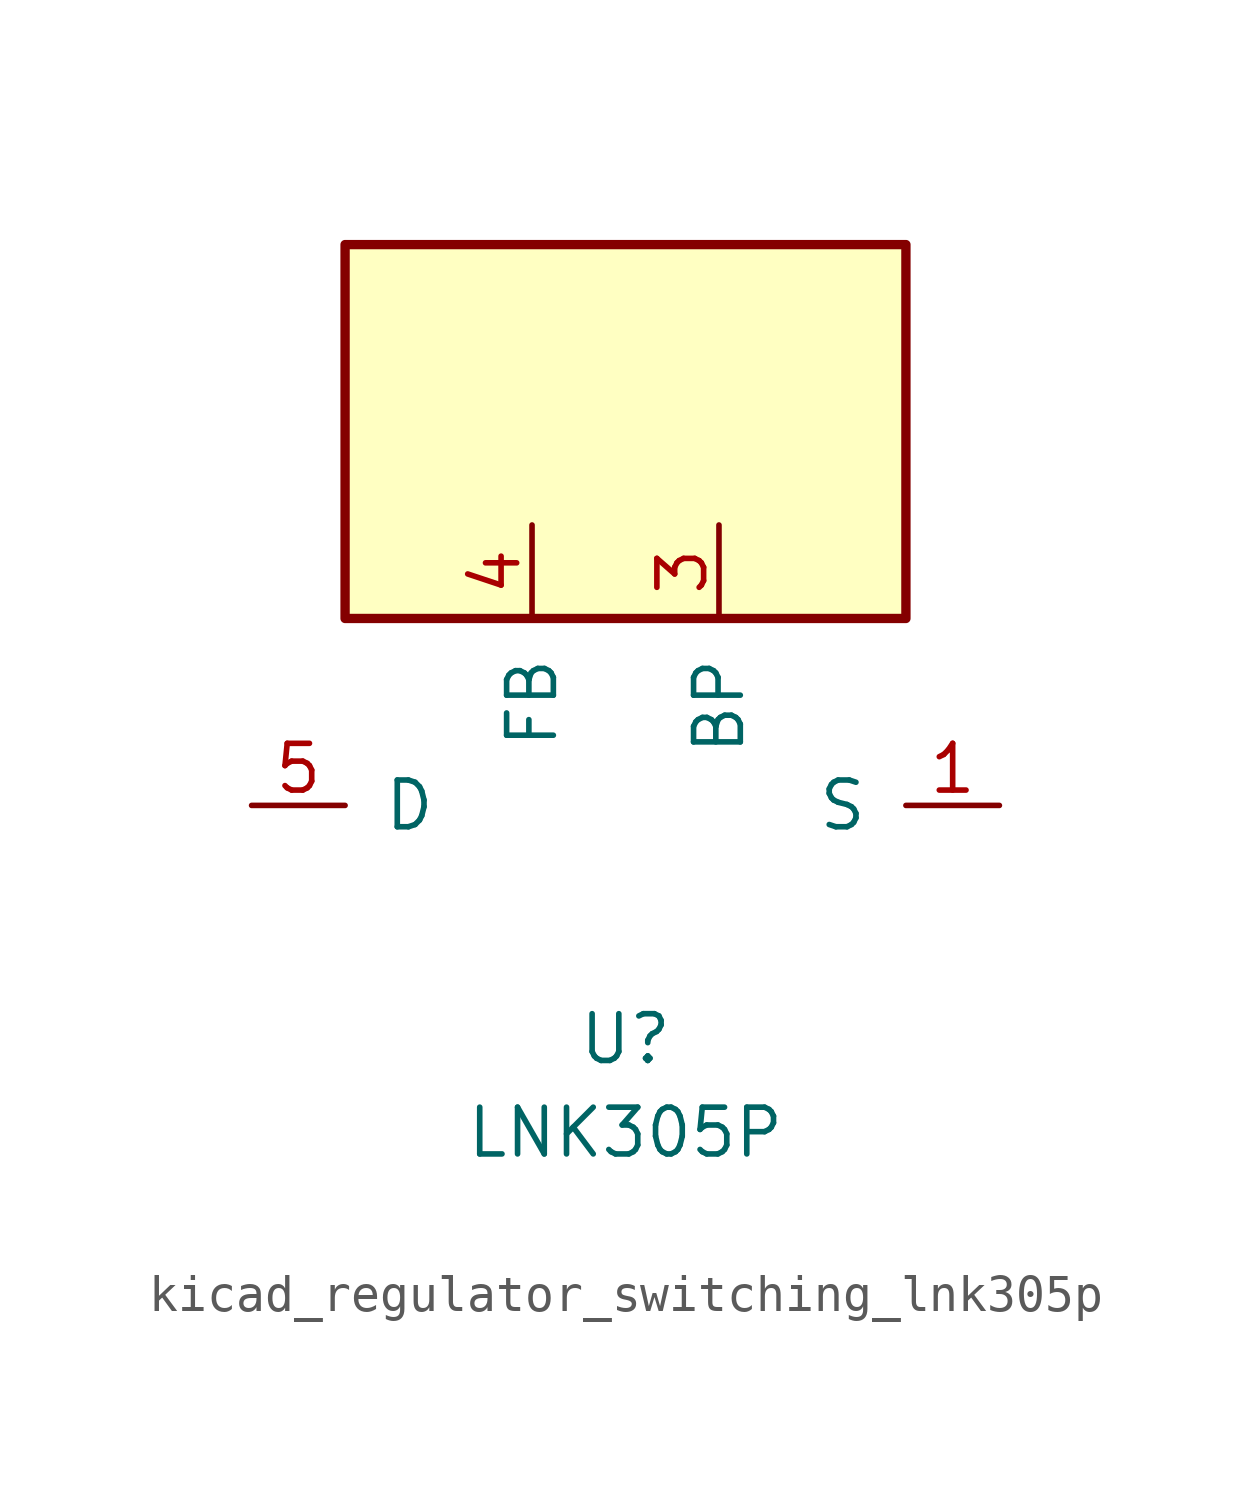
<source format=kicad_sym>
(kicad_symbol_lib
  (version 20220914)
  (generator kicad_symbol_editor)
  (symbol "kicad_regulator_switching_lnk305p"
    (pin_names
      (offset 1.016))
    (property "Reference" "U"
      (at 0 -6.35 0)
      (effects (font (size 1.27 1.27))))
    (property "Value" "LNK305P"
      (at 0 -8.89 0)
      (effects (font (size 1.27 1.27))))
    (symbol "kicad_regulator_switching_lnk305p_0_1"
      (rectangle (start 7.62 15.24) (end -7.62 5.08) (stroke (width 0.254) (type default)) (fill (type background))))
    (symbol "kicad_regulator_switching_lnk305p_1_1"
      (pin power_in line (at 10.16 0 180) (length 2.54) (name "S" (effects (font (size 1.27 1.27)))) (number "1" (effects (font (size 1.27 1.27)))))
      (pin passive line (at 10.16 0 180) (length 2.54) hide (name "S" (effects (font (size 1.27 1.27)))) (number "2" (effects (font (size 1.27 1.27)))))
      (pin input line (at 2.54 7.62 270) (length 2.54) (name "BP" (effects (font (size 1.27 1.27)))) (number "3" (effects (font (size 1.27 1.27)))))
      (pin input line (at -2.54 7.62 270) (length 2.54) (name "FB" (effects (font (size 1.27 1.27)))) (number "4" (effects (font (size 1.27 1.27)))))
      (pin open_collector line (at -10.16 0 0) (length 2.54) (name "D" (effects (font (size 1.27 1.27)))) (number "5" (effects (font (size 1.27 1.27)))))
      (pin passive line (at 10.16 0 180) (length 2.54) hide (name "S" (effects (font (size 1.27 1.27)))) (number "7" (effects (font (size 1.27 1.27)))))
      (pin passive line (at 10.16 0 180) (length 2.54) hide (name "S" (effects (font (size 1.27 1.27)))) (number "8" (effects (font (size 1.27 1.27))))))))
</source>
